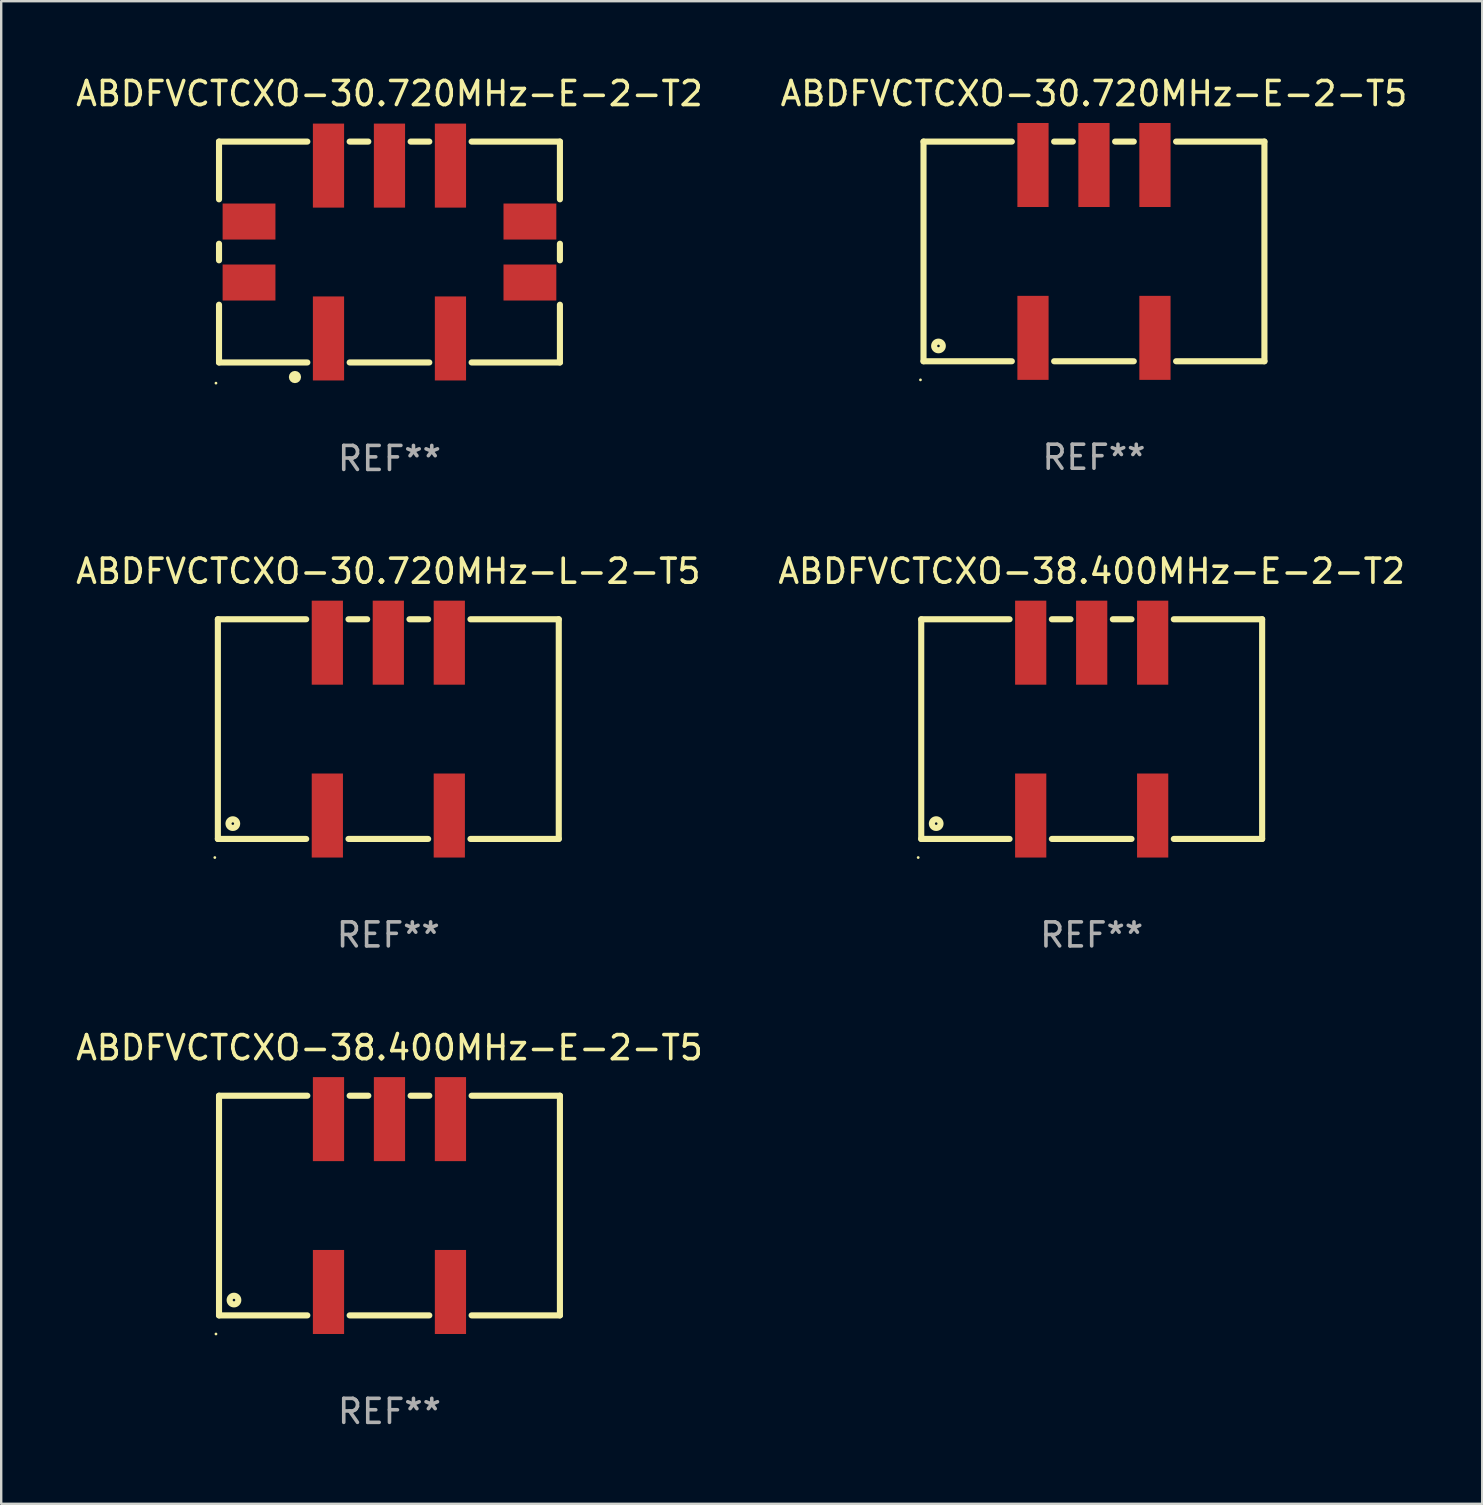
<source format=kicad_pcb>
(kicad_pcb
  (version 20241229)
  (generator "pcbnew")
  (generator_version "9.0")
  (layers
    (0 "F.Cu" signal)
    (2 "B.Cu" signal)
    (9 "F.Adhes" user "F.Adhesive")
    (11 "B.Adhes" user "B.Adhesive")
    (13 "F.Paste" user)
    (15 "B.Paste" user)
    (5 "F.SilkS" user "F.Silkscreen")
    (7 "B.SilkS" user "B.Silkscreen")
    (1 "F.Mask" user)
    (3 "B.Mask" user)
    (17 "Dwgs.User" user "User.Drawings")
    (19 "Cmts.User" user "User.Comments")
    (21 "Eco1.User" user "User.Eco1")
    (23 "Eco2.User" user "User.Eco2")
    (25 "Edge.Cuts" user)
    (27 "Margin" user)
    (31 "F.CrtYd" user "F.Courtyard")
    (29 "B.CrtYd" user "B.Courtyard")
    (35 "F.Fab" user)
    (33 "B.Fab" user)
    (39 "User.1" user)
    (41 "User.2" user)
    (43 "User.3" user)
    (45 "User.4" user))
  (footprint "ABDFVCTCXO-38.400MHz-E-2-T2"
    (layer "F.Cu")
    (at 42.423 27.32)
    (property "Reference" "ABDFVCTCXO-38.400MHz-E-2-T2" (at 0 -6.575 0) (layer "F.SilkS") (effects (font (size 1 1) (thickness 0.15))))
    (attr through_hole)
    (fp_line (start -7.1 -4.575) (end -7.1 4.575) (stroke (width 0.254) (type solid)) (layer "F.SilkS"))
    (fp_line (start -7.1 -4.575) (end -3.421 -4.575) (stroke (width 0.254) (type solid)) (layer "F.SilkS"))
    (fp_line (start -7.1 4.575) (end -3.421 4.575) (stroke (width 0.254) (type solid)) (layer "F.SilkS"))
    (fp_line (start -1.659 -4.575) (end -0.881 -4.575) (stroke (width 0.254) (type solid)) (layer "F.SilkS"))
    (fp_line (start -1.659 4.575) (end 1.659 4.575) (stroke (width 0.254) (type solid)) (layer "F.SilkS"))
    (fp_line (start 0.881 -4.575) (end 1.659 -4.575) (stroke (width 0.254) (type solid)) (layer "F.SilkS"))
    (fp_line (start 3.421 -4.575) (end 7.1 -4.575) (stroke (width 0.254) (type solid)) (layer "F.SilkS"))
    (fp_line (start 3.421 4.575) (end 7.1 4.575) (stroke (width 0.254) (type solid)) (layer "F.SilkS"))
    (fp_line (start 7.1 -4.575) (end 7.1 4.575) (stroke (width 0.254) (type solid)) (layer "F.SilkS"))
    (fp_circle (center -7.227 5.35) (end -7.197 5.35) (stroke (width 0.06) (type solid)) (fill no) (layer "F.SilkS"))
    (fp_circle (center -6.477 3.937) (end -6.297 3.937) (stroke (width 0.254) (type solid)) (fill no) (layer "F.SilkS"))
    (fp_text user "REF**" (at 0 8.575 0) (layer "F.Fab") (effects (font (size 1 1) (thickness 0.15))))
    (pad "1" smd rect (at -2.54 3.6) (size 1.3 3.5) (layers "F.Cu" "F.Mask" "F.Paste"))
    (pad "2" smd rect (at 2.54 3.6) (size 1.3 3.5) (layers "F.Cu" "F.Mask" "F.Paste"))
    (pad "3" smd rect (at 2.54 -3.6) (size 1.3 3.5) (layers "F.Cu" "F.Mask" "F.Paste"))
    (pad "4" smd rect (at 0 -3.6) (size 1.3 3.5) (layers "F.Cu" "F.Mask" "F.Paste"))
    (pad "5" smd rect (at -2.54 -3.6) (size 1.3 3.5) (layers "F.Cu" "F.Mask" "F.Paste")))
  (footprint "ABDFVCTCXO-30.720MHz-E-2-T2"
    (layer "F.Cu")
    (at 13.173 7.448)
    (property "Reference" "ABDFVCTCXO-30.720MHz-E-2-T2" (at 0 -6.6 0) (layer "F.SilkS") (effects (font (size 1 1) (thickness 0.15))))
    (attr through_hole)
    (fp_line (start -7.1 -4.6) (end -7.1 -2.195) (stroke (width 0.254) (type solid)) (layer "F.SilkS"))
    (fp_line (start -7.1 -4.6) (end -3.421 -4.6) (stroke (width 0.254) (type solid)) (layer "F.SilkS"))
    (fp_line (start -7.1 -0.345) (end -7.1 0.345) (stroke (width 0.254) (type solid)) (layer "F.SilkS"))
    (fp_line (start -7.1 2.195) (end -7.1 4.6) (stroke (width 0.254) (type solid)) (layer "F.SilkS"))
    (fp_line (start -7.1 4.6) (end -3.421 4.6) (stroke (width 0.254) (type solid)) (layer "F.SilkS"))
    (fp_line (start -1.659 -4.6) (end -0.881 -4.6) (stroke (width 0.254) (type solid)) (layer "F.SilkS"))
    (fp_line (start -1.659 4.6) (end 1.659 4.6) (stroke (width 0.254) (type solid)) (layer "F.SilkS"))
    (fp_line (start 0.881 -4.6) (end 1.659 -4.6) (stroke (width 0.254) (type solid)) (layer "F.SilkS"))
    (fp_line (start 3.421 -4.6) (end 7.1 -4.6) (stroke (width 0.254) (type solid)) (layer "F.SilkS"))
    (fp_line (start 3.421 4.6) (end 7.1 4.6) (stroke (width 0.254) (type solid)) (layer "F.SilkS"))
    (fp_line (start 7.1 -4.6) (end 7.1 -2.195) (stroke (width 0.254) (type solid)) (layer "F.SilkS"))
    (fp_line (start 7.1 -0.345) (end 7.1 0.345) (stroke (width 0.254) (type solid)) (layer "F.SilkS"))
    (fp_line (start 7.1 2.195) (end 7.1 4.6) (stroke (width 0.254) (type solid)) (layer "F.SilkS"))
    (fp_circle (center -7.227 5.461) (end -7.197 5.461) (stroke (width 0.06) (type solid)) (fill no) (layer "F.SilkS"))
    (fp_circle (center -3.937 5.207) (end -3.81 5.207) (stroke (width 0.254) (type solid)) (fill no) (layer "F.SilkS"))
    (fp_text user "REF**" (at 0 8.6 0) (layer "F.Fab") (effects (font (size 1 1) (thickness 0.15))))
    (pad "1" smd rect (at -2.54 3.6) (size 1.3 3.5) (layers "F.Cu" "F.Mask" "F.Paste"))
    (pad "2" smd rect (at 2.54 3.6) (size 1.3 3.5) (layers "F.Cu" "F.Mask" "F.Paste"))
    (pad "3" smd rect (at 2.54 -3.6) (size 1.3 3.5) (layers "F.Cu" "F.Mask" "F.Paste"))
    (pad "4" smd rect (at 0 -3.6) (size 1.3 3.5) (layers "F.Cu" "F.Mask" "F.Paste"))
    (pad "5" smd rect (at -2.54 -3.6) (size 1.3 3.5) (layers "F.Cu" "F.Mask" "F.Paste"))
    (pad "6" smd rect (at 5.85 1.27 90) (size 1.5 2.2) (layers "F.Cu" "F.Mask" "F.Paste"))
    (pad "7" smd rect (at 5.85 -1.27 90) (size 1.5 2.2) (layers "F.Cu" "F.Mask" "F.Paste"))
    (pad "8" smd rect (at -5.85 -1.27 90) (size 1.5 2.2) (layers "F.Cu" "F.Mask" "F.Paste"))
    (pad "9" smd rect (at -5.85 1.27 90) (size 1.5 2.2) (layers "F.Cu" "F.Mask" "F.Paste")))
  (footprint "ABDFVCTCXO-30.720MHz-E-2-T5"
    (layer "F.Cu")
    (at 42.518 7.423)
    (property "Reference" "ABDFVCTCXO-30.720MHz-E-2-T5" (at 0 -6.575 0) (layer "F.SilkS") (effects (font (size 1 1) (thickness 0.15))))
    (attr through_hole)
    (fp_line (start -7.1 -4.575) (end -7.1 4.575) (stroke (width 0.254) (type solid)) (layer "F.SilkS"))
    (fp_line (start -7.1 -4.575) (end -3.421 -4.575) (stroke (width 0.254) (type solid)) (layer "F.SilkS"))
    (fp_line (start -7.1 4.575) (end -3.421 4.575) (stroke (width 0.254) (type solid)) (layer "F.SilkS"))
    (fp_line (start -1.659 -4.575) (end -0.881 -4.575) (stroke (width 0.254) (type solid)) (layer "F.SilkS"))
    (fp_line (start -1.659 4.575) (end 1.659 4.575) (stroke (width 0.254) (type solid)) (layer "F.SilkS"))
    (fp_line (start 0.881 -4.575) (end 1.659 -4.575) (stroke (width 0.254) (type solid)) (layer "F.SilkS"))
    (fp_line (start 3.421 -4.575) (end 7.1 -4.575) (stroke (width 0.254) (type solid)) (layer "F.SilkS"))
    (fp_line (start 3.421 4.575) (end 7.1 4.575) (stroke (width 0.254) (type solid)) (layer "F.SilkS"))
    (fp_line (start 7.1 -4.575) (end 7.1 4.575) (stroke (width 0.254) (type solid)) (layer "F.SilkS"))
    (fp_circle (center -7.227 5.35) (end -7.197 5.35) (stroke (width 0.06) (type solid)) (fill no) (layer "F.SilkS"))
    (fp_circle (center -6.477 3.937) (end -6.297 3.937) (stroke (width 0.254) (type solid)) (fill no) (layer "F.SilkS"))
    (fp_text user "REF**" (at 0 8.575 0) (layer "F.Fab") (effects (font (size 1 1) (thickness 0.15))))
    (pad "1" smd rect (at -2.54 3.6) (size 1.3 3.5) (layers "F.Cu" "F.Mask" "F.Paste"))
    (pad "2" smd rect (at 2.54 3.6) (size 1.3 3.5) (layers "F.Cu" "F.Mask" "F.Paste"))
    (pad "3" smd rect (at 2.54 -3.6) (size 1.3 3.5) (layers "F.Cu" "F.Mask" "F.Paste"))
    (pad "4" smd rect (at 0 -3.6) (size 1.3 3.5) (layers "F.Cu" "F.Mask" "F.Paste"))
    (pad "5" smd rect (at -2.54 -3.6) (size 1.3 3.5) (layers "F.Cu" "F.Mask" "F.Paste")))
  (footprint "ABDFVCTCXO-38.400MHz-E-2-T5"
    (layer "F.Cu")
    (at 13.173 47.166)
    (property "Reference" "ABDFVCTCXO-38.400MHz-E-2-T5" (at 0 -6.575 0) (layer "F.SilkS") (effects (font (size 1 1) (thickness 0.15))))
    (attr through_hole)
    (fp_line (start -7.1 -4.575) (end -7.1 4.575) (stroke (width 0.254) (type solid)) (layer "F.SilkS"))
    (fp_line (start -7.1 -4.575) (end -3.421 -4.575) (stroke (width 0.254) (type solid)) (layer "F.SilkS"))
    (fp_line (start -7.1 4.575) (end -3.421 4.575) (stroke (width 0.254) (type solid)) (layer "F.SilkS"))
    (fp_line (start -1.659 -4.575) (end -0.881 -4.575) (stroke (width 0.254) (type solid)) (layer "F.SilkS"))
    (fp_line (start -1.659 4.575) (end 1.659 4.575) (stroke (width 0.254) (type solid)) (layer "F.SilkS"))
    (fp_line (start 0.881 -4.575) (end 1.659 -4.575) (stroke (width 0.254) (type solid)) (layer "F.SilkS"))
    (fp_line (start 3.421 -4.575) (end 7.1 -4.575) (stroke (width 0.254) (type solid)) (layer "F.SilkS"))
    (fp_line (start 3.421 4.575) (end 7.1 4.575) (stroke (width 0.254) (type solid)) (layer "F.SilkS"))
    (fp_line (start 7.1 -4.575) (end 7.1 4.575) (stroke (width 0.254) (type solid)) (layer "F.SilkS"))
    (fp_circle (center -7.227 5.35) (end -7.197 5.35) (stroke (width 0.06) (type solid)) (fill no) (layer "F.SilkS"))
    (fp_circle (center -6.477 3.937) (end -6.297 3.937) (stroke (width 0.254) (type solid)) (fill no) (layer "F.SilkS"))
    (fp_text user "REF**" (at 0 8.575 0) (layer "F.Fab") (effects (font (size 1 1) (thickness 0.15))))
    (pad "1" smd rect (at -2.54 3.6) (size 1.3 3.5) (layers "F.Cu" "F.Mask" "F.Paste"))
    (pad "2" smd rect (at 2.54 3.6) (size 1.3 3.5) (layers "F.Cu" "F.Mask" "F.Paste"))
    (pad "3" smd rect (at 2.54 -3.6) (size 1.3 3.5) (layers "F.Cu" "F.Mask" "F.Paste"))
    (pad "4" smd rect (at 0 -3.6) (size 1.3 3.5) (layers "F.Cu" "F.Mask" "F.Paste"))
    (pad "5" smd rect (at -2.54 -3.6) (size 1.3 3.5) (layers "F.Cu" "F.Mask" "F.Paste")))
  (footprint "ABDFVCTCXO-30.720MHz-L-2-T5"
    (layer "F.Cu")
    (at 13.125 27.32)
    (property "Reference" "ABDFVCTCXO-30.720MHz-L-2-T5" (at 0 -6.575 0) (layer "F.SilkS") (effects (font (size 1 1) (thickness 0.15))))
    (attr through_hole)
    (fp_line (start -7.1 -4.575) (end -7.1 4.575) (stroke (width 0.254) (type solid)) (layer "F.SilkS"))
    (fp_line (start -7.1 -4.575) (end -3.421 -4.575) (stroke (width 0.254) (type solid)) (layer "F.SilkS"))
    (fp_line (start -7.1 4.575) (end -3.421 4.575) (stroke (width 0.254) (type solid)) (layer "F.SilkS"))
    (fp_line (start -1.659 -4.575) (end -0.881 -4.575) (stroke (width 0.254) (type solid)) (layer "F.SilkS"))
    (fp_line (start -1.659 4.575) (end 1.659 4.575) (stroke (width 0.254) (type solid)) (layer "F.SilkS"))
    (fp_line (start 0.881 -4.575) (end 1.659 -4.575) (stroke (width 0.254) (type solid)) (layer "F.SilkS"))
    (fp_line (start 3.421 -4.575) (end 7.1 -4.575) (stroke (width 0.254) (type solid)) (layer "F.SilkS"))
    (fp_line (start 3.421 4.575) (end 7.1 4.575) (stroke (width 0.254) (type solid)) (layer "F.SilkS"))
    (fp_line (start 7.1 -4.575) (end 7.1 4.575) (stroke (width 0.254) (type solid)) (layer "F.SilkS"))
    (fp_circle (center -7.227 5.35) (end -7.197 5.35) (stroke (width 0.06) (type solid)) (fill no) (layer "F.SilkS"))
    (fp_circle (center -6.477 3.937) (end -6.297 3.937) (stroke (width 0.254) (type solid)) (fill no) (layer "F.SilkS"))
    (fp_text user "REF**" (at 0 8.575 0) (layer "F.Fab") (effects (font (size 1 1) (thickness 0.15))))
    (pad "1" smd rect (at -2.54 3.6) (size 1.3 3.5) (layers "F.Cu" "F.Mask" "F.Paste"))
    (pad "2" smd rect (at 2.54 3.6) (size 1.3 3.5) (layers "F.Cu" "F.Mask" "F.Paste"))
    (pad "3" smd rect (at 2.54 -3.6) (size 1.3 3.5) (layers "F.Cu" "F.Mask" "F.Paste"))
    (pad "4" smd rect (at 0 -3.6) (size 1.3 3.5) (layers "F.Cu" "F.Mask" "F.Paste"))
    (pad "5" smd rect (at -2.54 -3.6) (size 1.3 3.5) (layers "F.Cu" "F.Mask" "F.Paste")))
  (gr_rect
    (start -3 -3)
    (end 58.69 59.59)
    (stroke (width 0.1) (type default))
    (fill no)
    (layer "Edge.Cuts")))
</source>
